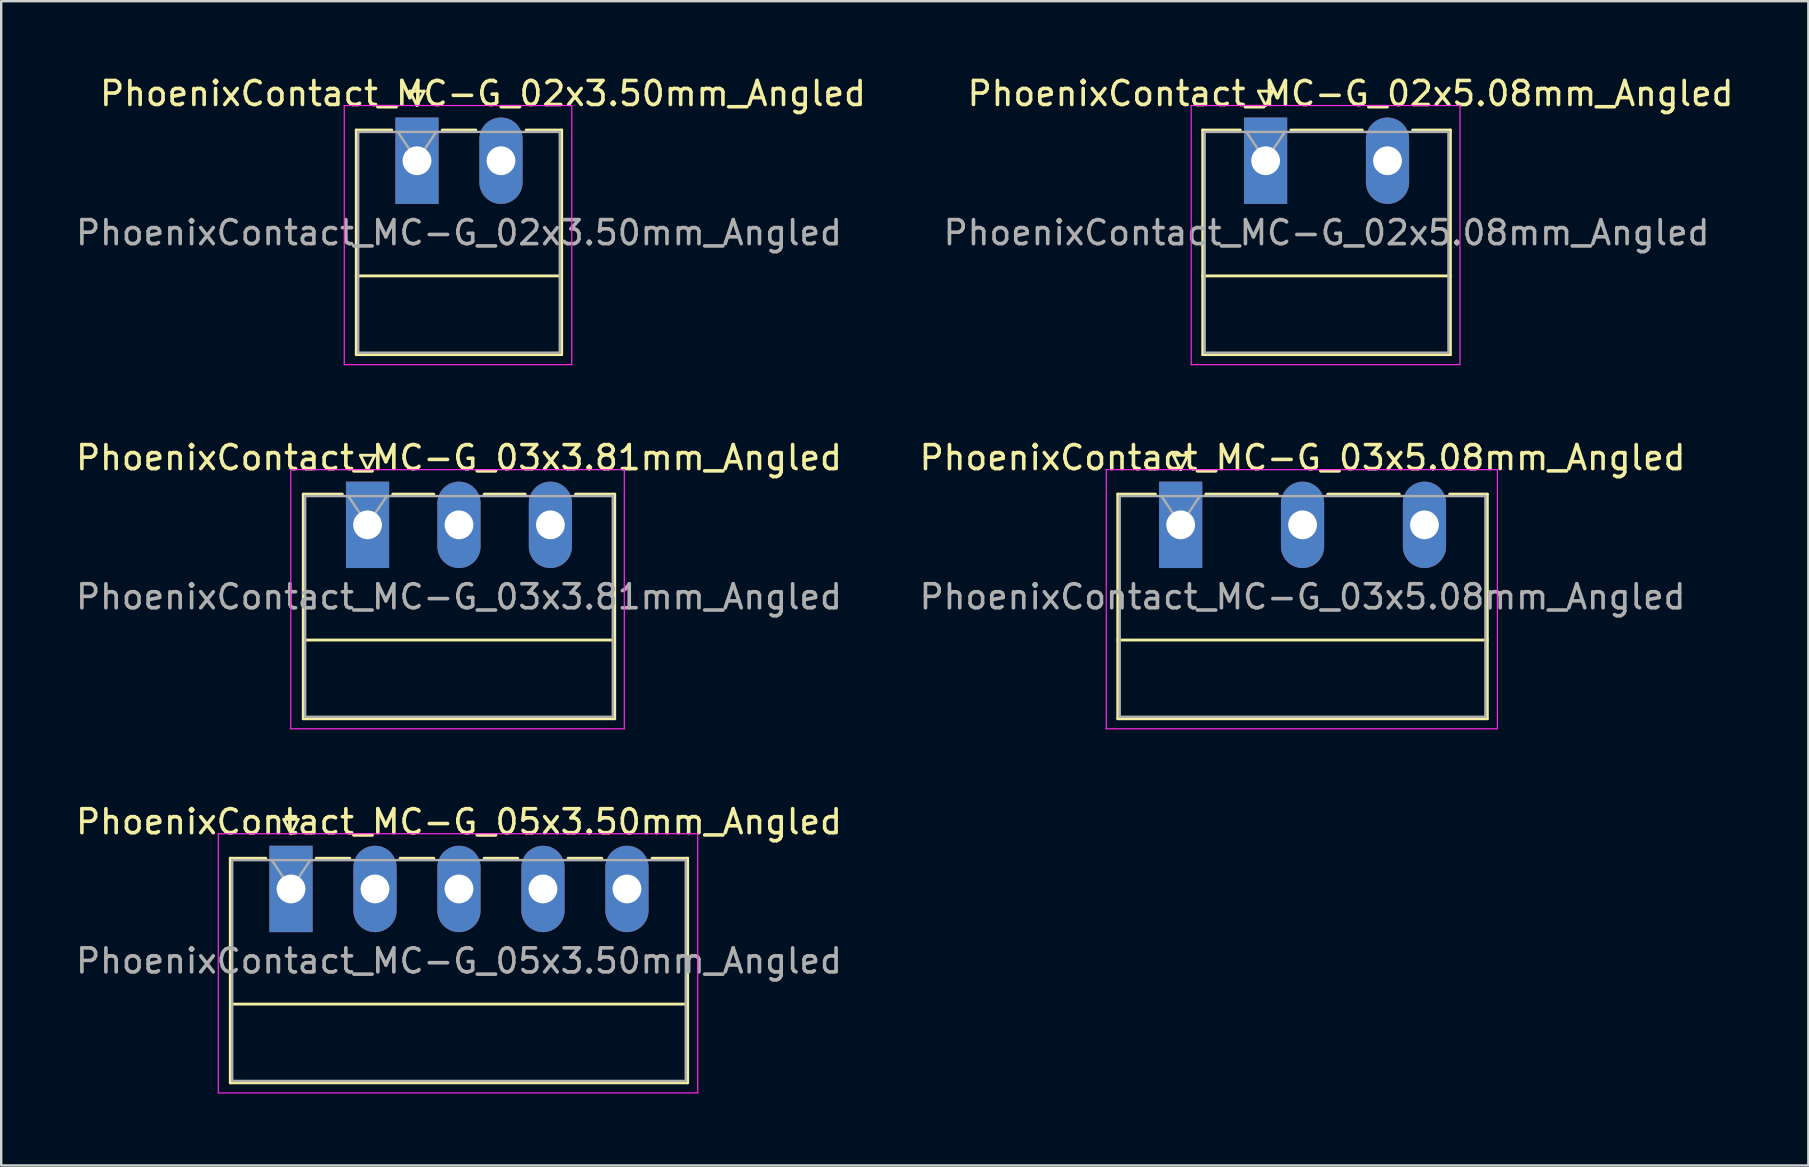
<source format=kicad_pcb>
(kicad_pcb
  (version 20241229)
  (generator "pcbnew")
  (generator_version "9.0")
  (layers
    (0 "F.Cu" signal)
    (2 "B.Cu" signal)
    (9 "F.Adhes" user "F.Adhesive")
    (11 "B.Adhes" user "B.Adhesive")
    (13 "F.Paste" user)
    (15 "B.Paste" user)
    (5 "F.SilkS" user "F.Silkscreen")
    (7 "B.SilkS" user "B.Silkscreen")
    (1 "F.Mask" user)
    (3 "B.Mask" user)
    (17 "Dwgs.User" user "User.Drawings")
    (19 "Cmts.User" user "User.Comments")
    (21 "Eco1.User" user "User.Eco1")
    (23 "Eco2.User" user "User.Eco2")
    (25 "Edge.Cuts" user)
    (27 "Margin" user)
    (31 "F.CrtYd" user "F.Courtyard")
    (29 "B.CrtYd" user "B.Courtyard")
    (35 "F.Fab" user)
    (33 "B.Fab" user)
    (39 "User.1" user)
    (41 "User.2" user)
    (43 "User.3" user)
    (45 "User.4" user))
  (footprint "PhoenixContact_MC-G_03x3.81mm_Angled"
    (layer "F.Cu")
    (at 12.267 18.822)
    (property "Reference" "PhoenixContact_MC-G_03x3.81mm_Angled" (at 3.81 -2.8 0) (layer "F.SilkS") (effects (font (size 1 1) (thickness 0.15))))
    (attr through_hole)
    (fp_line (start -2.68 -1.28) (end -2.68 8.08) (stroke (width 0.12) (type solid)) (layer "F.SilkS"))
    (fp_line (start -2.68 -1.28) (end -1.05 -1.28) (stroke (width 0.12) (type solid)) (layer "F.SilkS"))
    (fp_line (start -2.68 4.8) (end 10.3 4.8) (stroke (width 0.12) (type solid)) (layer "F.SilkS"))
    (fp_line (start -2.68 8.08) (end 10.3 8.08) (stroke (width 0.12) (type solid)) (layer "F.SilkS"))
    (fp_line (start -0.3 -2.9) (end 0.3 -2.9) (stroke (width 0.12) (type solid)) (layer "F.SilkS"))
    (fp_line (start 0 -2.3) (end -0.3 -2.9) (stroke (width 0.12) (type solid)) (layer "F.SilkS"))
    (fp_line (start 0.3 -2.9) (end 0 -2.3) (stroke (width 0.12) (type solid)) (layer "F.SilkS"))
    (fp_line (start 1.05 -1.28) (end 2.76 -1.28) (stroke (width 0.12) (type solid)) (layer "F.SilkS"))
    (fp_line (start 4.86 -1.28) (end 6.57 -1.28) (stroke (width 0.12) (type solid)) (layer "F.SilkS"))
    (fp_line (start 10.3 -1.28) (end 8.67 -1.28) (stroke (width 0.12) (type solid)) (layer "F.SilkS"))
    (fp_line (start 10.3 8.08) (end 10.3 -1.28) (stroke (width 0.12) (type solid)) (layer "F.SilkS"))
    (fp_line (start -3.2 -2.3) (end -3.2 8.5) (stroke (width 0.05) (type solid)) (layer "F.CrtYd"))
    (fp_line (start -3.2 8.5) (end 10.7 8.5) (stroke (width 0.05) (type solid)) (layer "F.CrtYd"))
    (fp_line (start 10.7 -2.3) (end -3.2 -2.3) (stroke (width 0.05) (type solid)) (layer "F.CrtYd"))
    (fp_line (start 10.7 8.5) (end 10.7 -2.3) (stroke (width 0.05) (type solid)) (layer "F.CrtYd"))
    (fp_line (start -2.6 -1.2) (end -2.6 8) (stroke (width 0.1) (type solid)) (layer "F.Fab"))
    (fp_line (start -2.6 8) (end 10.22 8) (stroke (width 0.1) (type solid)) (layer "F.Fab"))
    (fp_line (start 0 0) (end -0.8 -1.2) (stroke (width 0.1) (type solid)) (layer "F.Fab"))
    (fp_line (start 0.8 -1.2) (end 0 0) (stroke (width 0.1) (type solid)) (layer "F.Fab"))
    (fp_line (start 10.22 -1.2) (end -2.6 -1.2) (stroke (width 0.1) (type solid)) (layer "F.Fab"))
    (fp_line (start 10.22 8) (end 10.22 -1.2) (stroke (width 0.1) (type solid)) (layer "F.Fab"))
    (fp_text user "${REFERENCE}" (at 3.81 3 0) (layer "F.Fab") (effects (font (size 1 1) (thickness 0.15))))
    (pad "1" thru_hole rect (at 0 0) (size 1.8 3.6) (drill 1.2) (layers "*.Cu" "*.Mask"))
    (pad "2" thru_hole oval (at 3.81 0) (size 1.8 3.6) (drill 1.2) (layers "*.Cu" "*.Mask"))
    (pad "3" thru_hole oval (at 7.62 0) (size 1.8 3.6) (drill 1.2) (layers "*.Cu" "*.Mask")))
  (footprint "PhoenixContact_MC-G_02x5.08mm_Angled"
    (layer "F.Cu")
    (at 49.692 3.648)
    (property "Reference" "PhoenixContact_MC-G_02x5.08mm_Angled" (at 3.54 -2.8 0) (layer "F.SilkS") (effects (font (size 1 1) (thickness 0.15))))
    (attr through_hole)
    (fp_line (start -2.62 -1.28) (end -2.62 8.08) (stroke (width 0.12) (type solid)) (layer "F.SilkS"))
    (fp_line (start -2.62 -1.28) (end -1.05 -1.28) (stroke (width 0.12) (type solid)) (layer "F.SilkS"))
    (fp_line (start -2.62 4.8) (end 7.7 4.8) (stroke (width 0.12) (type solid)) (layer "F.SilkS"))
    (fp_line (start -2.62 8.08) (end 7.7 8.08) (stroke (width 0.12) (type solid)) (layer "F.SilkS"))
    (fp_line (start -0.3 -2.9) (end 0.3 -2.9) (stroke (width 0.12) (type solid)) (layer "F.SilkS"))
    (fp_line (start 0 -2.3) (end -0.3 -2.9) (stroke (width 0.12) (type solid)) (layer "F.SilkS"))
    (fp_line (start 0.3 -2.9) (end 0 -2.3) (stroke (width 0.12) (type solid)) (layer "F.SilkS"))
    (fp_line (start 1.05 -1.28) (end 4.03 -1.28) (stroke (width 0.12) (type solid)) (layer "F.SilkS"))
    (fp_line (start 7.7 -1.28) (end 6.13 -1.28) (stroke (width 0.12) (type solid)) (layer "F.SilkS"))
    (fp_line (start 7.7 8.08) (end 7.7 -1.28) (stroke (width 0.12) (type solid)) (layer "F.SilkS"))
    (fp_line (start -3.1 -2.3) (end -3.1 8.5) (stroke (width 0.05) (type solid)) (layer "F.CrtYd"))
    (fp_line (start -3.1 8.5) (end 8.1 8.5) (stroke (width 0.05) (type solid)) (layer "F.CrtYd"))
    (fp_line (start 8.1 -2.3) (end -3.1 -2.3) (stroke (width 0.05) (type solid)) (layer "F.CrtYd"))
    (fp_line (start 8.1 8.5) (end 8.1 -2.3) (stroke (width 0.05) (type solid)) (layer "F.CrtYd"))
    (fp_line (start -2.54 -1.2) (end -2.54 8) (stroke (width 0.1) (type solid)) (layer "F.Fab"))
    (fp_line (start -2.54 8) (end 7.62 8) (stroke (width 0.1) (type solid)) (layer "F.Fab"))
    (fp_line (start 0 0) (end -0.8 -1.2) (stroke (width 0.1) (type solid)) (layer "F.Fab"))
    (fp_line (start 0.8 -1.2) (end 0 0) (stroke (width 0.1) (type solid)) (layer "F.Fab"))
    (fp_line (start 7.62 -1.2) (end -2.54 -1.2) (stroke (width 0.1) (type solid)) (layer "F.Fab"))
    (fp_line (start 7.62 8) (end 7.62 -1.2) (stroke (width 0.1) (type solid)) (layer "F.Fab"))
    (fp_text user "${REFERENCE}" (at 2.54 3 0) (layer "F.Fab") (effects (font (size 1 1) (thickness 0.15))))
    (pad "1" thru_hole rect (at 0 0) (size 1.8 3.6) (drill 1.2) (layers "*.Cu" "*.Mask"))
    (pad "2" thru_hole oval (at 5.08 0) (size 1.8 3.6) (drill 1.2) (layers "*.Cu" "*.Mask")))
  (footprint "PhoenixContact_MC-G_05x3.50mm_Angled"
    (layer "F.Cu")
    (at 9.077 33.995)
    (property "Reference" "PhoenixContact_MC-G_05x3.50mm_Angled" (at 7 -2.8 0) (layer "F.SilkS") (effects (font (size 1 1) (thickness 0.15))))
    (attr through_hole)
    (fp_line (start -2.53 -1.28) (end -2.53 8.08) (stroke (width 0.12) (type solid)) (layer "F.SilkS"))
    (fp_line (start -2.53 -1.28) (end -1.05 -1.28) (stroke (width 0.12) (type solid)) (layer "F.SilkS"))
    (fp_line (start -2.53 4.8) (end 16.53 4.8) (stroke (width 0.12) (type solid)) (layer "F.SilkS"))
    (fp_line (start -2.53 8.08) (end 16.53 8.08) (stroke (width 0.12) (type solid)) (layer "F.SilkS"))
    (fp_line (start -0.3 -2.9) (end 0.3 -2.9) (stroke (width 0.12) (type solid)) (layer "F.SilkS"))
    (fp_line (start 0 -2.3) (end -0.3 -2.9) (stroke (width 0.12) (type solid)) (layer "F.SilkS"))
    (fp_line (start 0.3 -2.9) (end 0 -2.3) (stroke (width 0.12) (type solid)) (layer "F.SilkS"))
    (fp_line (start 1.05 -1.28) (end 2.45 -1.28) (stroke (width 0.12) (type solid)) (layer "F.SilkS"))
    (fp_line (start 4.55 -1.28) (end 5.95 -1.28) (stroke (width 0.12) (type solid)) (layer "F.SilkS"))
    (fp_line (start 8.05 -1.28) (end 9.45 -1.28) (stroke (width 0.12) (type solid)) (layer "F.SilkS"))
    (fp_line (start 11.55 -1.28) (end 12.95 -1.28) (stroke (width 0.12) (type solid)) (layer "F.SilkS"))
    (fp_line (start 16.53 -1.28) (end 15.05 -1.28) (stroke (width 0.12) (type solid)) (layer "F.SilkS"))
    (fp_line (start 16.53 8.08) (end 16.53 -1.28) (stroke (width 0.12) (type solid)) (layer "F.SilkS"))
    (fp_line (start -3.03 -2.3) (end -3.03 8.5) (stroke (width 0.05) (type solid)) (layer "F.CrtYd"))
    (fp_line (start -3.03 8.5) (end 16.95 8.5) (stroke (width 0.05) (type solid)) (layer "F.CrtYd"))
    (fp_line (start 16.95 -2.3) (end -3.03 -2.3) (stroke (width 0.05) (type solid)) (layer "F.CrtYd"))
    (fp_line (start 16.95 8.5) (end 16.95 -2.3) (stroke (width 0.05) (type solid)) (layer "F.CrtYd"))
    (fp_line (start -2.45 -1.2) (end -2.45 8) (stroke (width 0.1) (type solid)) (layer "F.Fab"))
    (fp_line (start -2.45 8) (end 16.45 8) (stroke (width 0.1) (type solid)) (layer "F.Fab"))
    (fp_line (start 0 0) (end -0.8 -1.2) (stroke (width 0.1) (type solid)) (layer "F.Fab"))
    (fp_line (start 0.8 -1.2) (end 0 0) (stroke (width 0.1) (type solid)) (layer "F.Fab"))
    (fp_line (start 16.45 -1.2) (end -2.45 -1.2) (stroke (width 0.1) (type solid)) (layer "F.Fab"))
    (fp_line (start 16.45 8) (end 16.45 -1.2) (stroke (width 0.1) (type solid)) (layer "F.Fab"))
    (fp_text user "${REFERENCE}" (at 7 3 0) (layer "F.Fab") (effects (font (size 1 1) (thickness 0.15))))
    (pad "1" thru_hole rect (at 0 0) (size 1.8 3.6) (drill 1.2) (layers "*.Cu" "*.Mask"))
    (pad "2" thru_hole oval (at 3.5 0) (size 1.8 3.6) (drill 1.2) (layers "*.Cu" "*.Mask"))
    (pad "3" thru_hole oval (at 7 0) (size 1.8 3.6) (drill 1.2) (layers "*.Cu" "*.Mask"))
    (pad "4" thru_hole oval (at 10.5 0) (size 1.8 3.6) (drill 1.2) (layers "*.Cu" "*.Mask"))
    (pad "5" thru_hole oval (at 14 0) (size 1.8 3.6) (drill 1.2) (layers "*.Cu" "*.Mask")))
  (footprint "PhoenixContact_MC-G_03x5.08mm_Angled"
    (layer "F.Cu")
    (at 46.152 18.822)
    (property "Reference" "PhoenixContact_MC-G_03x5.08mm_Angled" (at 5.08 -2.8 0) (layer "F.SilkS") (effects (font (size 1 1) (thickness 0.15))))
    (attr through_hole)
    (fp_line (start -2.62 -1.28) (end -2.62 8.08) (stroke (width 0.12) (type solid)) (layer "F.SilkS"))
    (fp_line (start -2.62 -1.28) (end -1.05 -1.28) (stroke (width 0.12) (type solid)) (layer "F.SilkS"))
    (fp_line (start -2.62 4.8) (end 12.78 4.8) (stroke (width 0.12) (type solid)) (layer "F.SilkS"))
    (fp_line (start -2.62 8.08) (end 12.78 8.08) (stroke (width 0.12) (type solid)) (layer "F.SilkS"))
    (fp_line (start -0.3 -2.9) (end 0.3 -2.9) (stroke (width 0.12) (type solid)) (layer "F.SilkS"))
    (fp_line (start 0 -2.3) (end -0.3 -2.9) (stroke (width 0.12) (type solid)) (layer "F.SilkS"))
    (fp_line (start 0.3 -2.9) (end 0 -2.3) (stroke (width 0.12) (type solid)) (layer "F.SilkS"))
    (fp_line (start 1.05 -1.28) (end 4.03 -1.28) (stroke (width 0.12) (type solid)) (layer "F.SilkS"))
    (fp_line (start 6.13 -1.28) (end 9.11 -1.28) (stroke (width 0.12) (type solid)) (layer "F.SilkS"))
    (fp_line (start 12.78 -1.28) (end 11.21 -1.28) (stroke (width 0.12) (type solid)) (layer "F.SilkS"))
    (fp_line (start 12.78 8.08) (end 12.78 -1.28) (stroke (width 0.12) (type solid)) (layer "F.SilkS"))
    (fp_line (start -3.1 -2.3) (end -3.1 8.5) (stroke (width 0.05) (type solid)) (layer "F.CrtYd"))
    (fp_line (start -3.1 8.5) (end 13.2 8.5) (stroke (width 0.05) (type solid)) (layer "F.CrtYd"))
    (fp_line (start 13.2 -2.3) (end -3.1 -2.3) (stroke (width 0.05) (type solid)) (layer "F.CrtYd"))
    (fp_line (start 13.2 8.5) (end 13.2 -2.3) (stroke (width 0.05) (type solid)) (layer "F.CrtYd"))
    (fp_line (start -2.54 -1.2) (end -2.54 8) (stroke (width 0.1) (type solid)) (layer "F.Fab"))
    (fp_line (start -2.54 8) (end 12.7 8) (stroke (width 0.1) (type solid)) (layer "F.Fab"))
    (fp_line (start 0 0) (end -0.8 -1.2) (stroke (width 0.1) (type solid)) (layer "F.Fab"))
    (fp_line (start 0.8 -1.2) (end 0 0) (stroke (width 0.1) (type solid)) (layer "F.Fab"))
    (fp_line (start 12.7 -1.2) (end -2.54 -1.2) (stroke (width 0.1) (type solid)) (layer "F.Fab"))
    (fp_line (start 12.7 8) (end 12.7 -1.2) (stroke (width 0.1) (type solid)) (layer "F.Fab"))
    (fp_text user "${REFERENCE}" (at 5.08 3 0) (layer "F.Fab") (effects (font (size 1 1) (thickness 0.15))))
    (pad "1" thru_hole rect (at 0 0) (size 1.8 3.6) (drill 1.2) (layers "*.Cu" "*.Mask"))
    (pad "2" thru_hole oval (at 5.08 0) (size 1.8 3.6) (drill 1.2) (layers "*.Cu" "*.Mask"))
    (pad "3" thru_hole oval (at 10.16 0) (size 1.8 3.6) (drill 1.2) (layers "*.Cu" "*.Mask")))
  (footprint "PhoenixContact_MC-G_02x3.50mm_Angled"
    (layer "F.Cu")
    (at 14.327 3.648)
    (property "Reference" "PhoenixContact_MC-G_02x3.50mm_Angled" (at 2.75 -2.8 0) (layer "F.SilkS") (effects (font (size 1 1) (thickness 0.15))))
    (attr through_hole)
    (fp_line (start -2.53 -1.28) (end -2.53 8.08) (stroke (width 0.12) (type solid)) (layer "F.SilkS"))
    (fp_line (start -2.53 -1.28) (end -1.05 -1.28) (stroke (width 0.12) (type solid)) (layer "F.SilkS"))
    (fp_line (start -2.53 4.8) (end 6.03 4.8) (stroke (width 0.12) (type solid)) (layer "F.SilkS"))
    (fp_line (start -2.53 8.08) (end 6.03 8.08) (stroke (width 0.12) (type solid)) (layer "F.SilkS"))
    (fp_line (start -0.3 -2.9) (end 0.3 -2.9) (stroke (width 0.12) (type solid)) (layer "F.SilkS"))
    (fp_line (start 0 -2.3) (end -0.3 -2.9) (stroke (width 0.12) (type solid)) (layer "F.SilkS"))
    (fp_line (start 0.3 -2.9) (end 0 -2.3) (stroke (width 0.12) (type solid)) (layer "F.SilkS"))
    (fp_line (start 1.05 -1.28) (end 2.45 -1.28) (stroke (width 0.12) (type solid)) (layer "F.SilkS"))
    (fp_line (start 6.03 -1.28) (end 4.55 -1.28) (stroke (width 0.12) (type solid)) (layer "F.SilkS"))
    (fp_line (start 6.03 8.08) (end 6.03 -1.28) (stroke (width 0.12) (type solid)) (layer "F.SilkS"))
    (fp_line (start -3.03 -2.3) (end -3.03 8.5) (stroke (width 0.05) (type solid)) (layer "F.CrtYd"))
    (fp_line (start -3.03 8.5) (end 6.45 8.5) (stroke (width 0.05) (type solid)) (layer "F.CrtYd"))
    (fp_line (start 6.45 -2.3) (end -3.03 -2.3) (stroke (width 0.05) (type solid)) (layer "F.CrtYd"))
    (fp_line (start 6.45 8.5) (end 6.45 -2.3) (stroke (width 0.05) (type solid)) (layer "F.CrtYd"))
    (fp_line (start -2.45 -1.2) (end -2.45 8) (stroke (width 0.1) (type solid)) (layer "F.Fab"))
    (fp_line (start -2.45 8) (end 5.95 8) (stroke (width 0.1) (type solid)) (layer "F.Fab"))
    (fp_line (start 0 0) (end -0.8 -1.2) (stroke (width 0.1) (type solid)) (layer "F.Fab"))
    (fp_line (start 0.8 -1.2) (end 0 0) (stroke (width 0.1) (type solid)) (layer "F.Fab"))
    (fp_line (start 5.95 -1.2) (end -2.45 -1.2) (stroke (width 0.1) (type solid)) (layer "F.Fab"))
    (fp_line (start 5.95 8) (end 5.95 -1.2) (stroke (width 0.1) (type solid)) (layer "F.Fab"))
    (fp_text user "${REFERENCE}" (at 1.75 3 0) (layer "F.Fab") (effects (font (size 1 1) (thickness 0.15))))
    (pad "1" thru_hole rect (at 0 0) (size 1.8 3.6) (drill 1.2) (layers "*.Cu" "*.Mask"))
    (pad "2" thru_hole oval (at 3.5 0) (size 1.8 3.6) (drill 1.2) (layers "*.Cu" "*.Mask")))
  (gr_rect
    (start -3 -3)
    (end 72.31 45.52)
    (stroke (width 0.1) (type default))
    (fill no)
    (layer "Edge.Cuts")))
</source>
